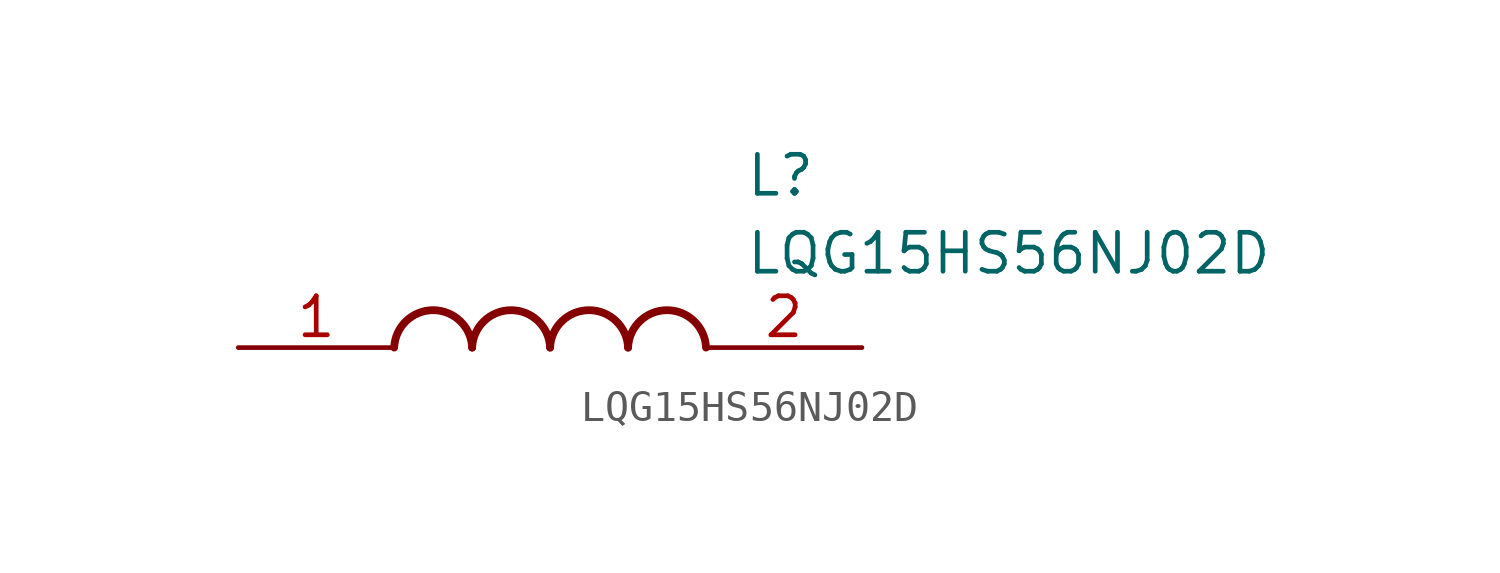
<source format=kicad_sym>
(kicad_symbol_lib
  (version 20211014)
  (generator SamacSys_ECAD_Model)
  (symbol "LQG15HS56NJ02D"
    (pin_names hide)
    (property "Reference" "L"
      (at 16.51 6.35 0)
      (effects (font (size 1.27 1.27)) (justify left top)))
    (property "Value" "LQG15HS56NJ02D"
      (at 16.51 3.81 0)
      (effects (font (size 1.27 1.27)) (justify left top)))
    (arc
      (start 7.62 0)
      (mid 6.35 1.219)
      (end 5.08 0)
      (stroke (width 0.254) (type default))
      (fill (type none)))
    (arc
      (start 10.16 0)
      (mid 8.89 1.219)
      (end 7.62 0)
      (stroke (width 0.254) (type default))
      (fill (type none)))
    (arc
      (start 12.7 0)
      (mid 11.43 1.219)
      (end 10.16 0)
      (stroke (width 0.254) (type default))
      (fill (type none)))
    (arc
      (start 15.24 0)
      (mid 13.97 1.219)
      (end 12.7 0)
      (stroke (width 0.254) (type default))
      (fill (type none)))
    (pin passive line
      (at 0 0 0)
      (length 5.08)
      (name "1" (effects (font (size 1.27 1.27))))
      (number "1" (effects (font (size 1.27 1.27)))))
    (pin passive line
      (at 20.32 0 180)
      (length 5.08)
      (name "2" (effects (font (size 1.27 1.27))))
      (number "2" (effects (font (size 1.27 1.27)))))))
</source>
